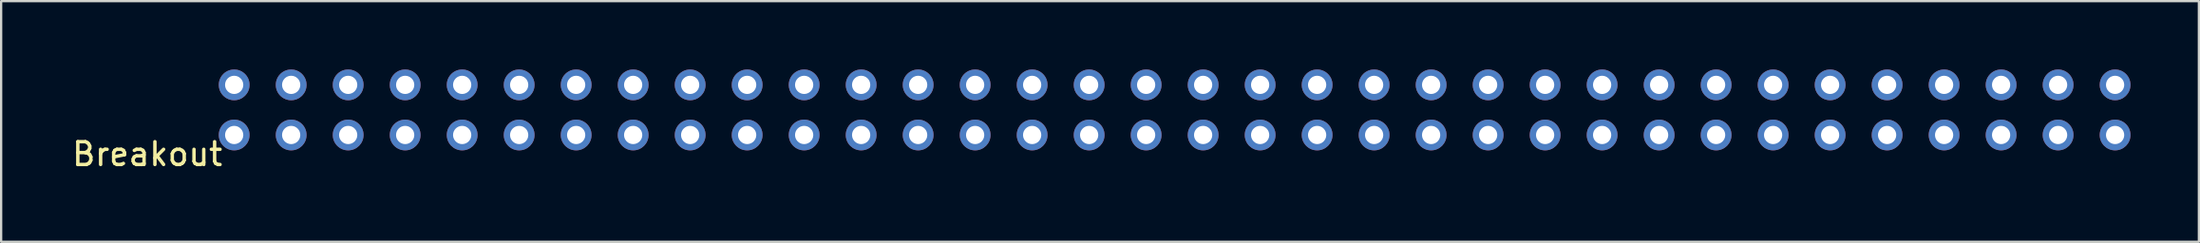
<source format=kicad_pcb>
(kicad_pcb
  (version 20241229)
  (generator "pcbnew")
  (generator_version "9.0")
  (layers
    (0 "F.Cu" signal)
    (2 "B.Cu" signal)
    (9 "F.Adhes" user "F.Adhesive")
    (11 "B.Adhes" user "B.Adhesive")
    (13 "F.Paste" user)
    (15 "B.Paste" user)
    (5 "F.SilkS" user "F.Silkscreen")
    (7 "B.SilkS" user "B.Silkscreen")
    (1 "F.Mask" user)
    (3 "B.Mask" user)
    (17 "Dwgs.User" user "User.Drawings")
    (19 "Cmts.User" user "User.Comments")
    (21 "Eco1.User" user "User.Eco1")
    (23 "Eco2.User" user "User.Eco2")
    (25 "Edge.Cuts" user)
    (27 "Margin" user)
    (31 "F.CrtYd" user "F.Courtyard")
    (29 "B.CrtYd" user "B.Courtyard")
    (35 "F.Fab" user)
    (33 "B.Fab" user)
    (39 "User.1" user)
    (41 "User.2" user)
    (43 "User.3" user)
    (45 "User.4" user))
  (footprint "Breakout"
    (layer "F.Cu")
    (at 3.411 3.215)
    (property "Reference" "Breakout" (at 0 0.5 0) (layer "F.SilkS") (effects (font (size 1 1) (thickness 0.15))))
    (attr through_hole)
    (pad "1" thru_hole circle (at 3.81 -2.54) (size 1.35 1.35) (drill 0.8) (layers "*.Cu" "*.Mask"))
    (pad "2" thru_hole circle (at 6.31 -2.54) (size 1.35 1.35) (drill 0.8) (layers "*.Cu" "*.Mask"))
    (pad "3" thru_hole circle (at 8.81 -2.54) (size 1.35 1.35) (drill 0.8) (layers "*.Cu" "*.Mask"))
    (pad "4" thru_hole circle (at 11.31 -2.54) (size 1.35 1.35) (drill 0.8) (layers "*.Cu" "*.Mask"))
    (pad "5" thru_hole circle (at 13.81 -2.54) (size 1.35 1.35) (drill 0.8) (layers "*.Cu" "*.Mask"))
    (pad "6" thru_hole circle (at 16.31 -2.54) (size 1.35 1.35) (drill 0.8) (layers "*.Cu" "*.Mask"))
    (pad "7" thru_hole circle (at 18.81 -2.54) (size 1.35 1.35) (drill 0.8) (layers "*.Cu" "*.Mask"))
    (pad "8" thru_hole circle (at 21.31 -2.54) (size 1.35 1.35) (drill 0.8) (layers "*.Cu" "*.Mask"))
    (pad "9" thru_hole circle (at 23.81 -2.54) (size 1.35 1.35) (drill 0.8) (layers "*.Cu" "*.Mask"))
    (pad "10" thru_hole circle (at 26.31 -2.54) (size 1.35 1.35) (drill 0.8) (layers "*.Cu" "*.Mask"))
    (pad "11" thru_hole circle (at 28.81 -2.54) (size 1.35 1.35) (drill 0.8) (layers "*.Cu" "*.Mask"))
    (pad "12" thru_hole circle (at 31.31 -2.54) (size 1.35 1.35) (drill 0.8) (layers "*.Cu" "*.Mask"))
    (pad "13" thru_hole circle (at 33.81 -2.54) (size 1.35 1.35) (drill 0.8) (layers "*.Cu" "*.Mask"))
    (pad "14" thru_hole circle (at 36.31 -2.54) (size 1.35 1.35) (drill 0.8) (layers "*.Cu" "*.Mask"))
    (pad "15" thru_hole circle (at 38.81 -2.54) (size 1.35 1.35) (drill 0.8) (layers "*.Cu" "*.Mask"))
    (pad "16" thru_hole circle (at 41.31 -2.54) (size 1.35 1.35) (drill 0.8) (layers "*.Cu" "*.Mask"))
    (pad "17" thru_hole circle (at 43.81 -2.54) (size 1.35 1.35) (drill 0.8) (layers "*.Cu" "*.Mask"))
    (pad "18" thru_hole circle (at 46.31 -2.54) (size 1.35 1.35) (drill 0.8) (layers "*.Cu" "*.Mask"))
    (pad "19" thru_hole circle (at 48.81 -2.54) (size 1.35 1.35) (drill 0.8) (layers "*.Cu" "*.Mask"))
    (pad "20" thru_hole circle (at 51.31 -2.54) (size 1.35 1.35) (drill 0.8) (layers "*.Cu" "*.Mask"))
    (pad "21" thru_hole circle (at 53.81 -2.54) (size 1.35 1.35) (drill 0.8) (layers "*.Cu" "*.Mask"))
    (pad "22" thru_hole circle (at 56.31 -2.54) (size 1.35 1.35) (drill 0.8) (layers "*.Cu" "*.Mask"))
    (pad "23" thru_hole circle (at 58.81 -2.54) (size 1.35 1.35) (drill 0.8) (layers "*.Cu" "*.Mask"))
    (pad "24" thru_hole circle (at 61.31 -2.54) (size 1.35 1.35) (drill 0.8) (layers "*.Cu" "*.Mask"))
    (pad "25" thru_hole circle (at 63.81 -2.54) (size 1.35 1.35) (drill 0.8) (layers "*.Cu" "*.Mask"))
    (pad "26" thru_hole circle (at 66.31 -2.54) (size 1.35 1.35) (drill 0.8) (layers "*.Cu" "*.Mask"))
    (pad "27" thru_hole circle (at 68.81 -2.54) (size 1.35 1.35) (drill 0.8) (layers "*.Cu" "*.Mask"))
    (pad "28" thru_hole circle (at 71.31 -2.54) (size 1.35 1.35) (drill 0.8) (layers "*.Cu" "*.Mask"))
    (pad "29" thru_hole circle (at 73.81 -2.54) (size 1.35 1.35) (drill 0.8) (layers "*.Cu" "*.Mask"))
    (pad "30" thru_hole circle (at 76.31 -2.54) (size 1.35 1.35) (drill 0.8) (layers "*.Cu" "*.Mask"))
    (pad "31" thru_hole circle (at 78.81 -2.54) (size 1.35 1.35) (drill 0.8) (layers "*.Cu" "*.Mask"))
    (pad "32" thru_hole circle (at 81.31 -2.54) (size 1.35 1.35) (drill 0.8) (layers "*.Cu" "*.Mask"))
    (pad "33" thru_hole circle (at 83.81 -2.54) (size 1.35 1.35) (drill 0.8) (layers "*.Cu" "*.Mask"))
    (pad "34" thru_hole circle (at 86.31 -2.54) (size 1.35 1.35) (drill 0.8) (layers "*.Cu" "*.Mask"))
    (pad "35" thru_hole circle (at 3.81 -0.34) (size 1.35 1.35) (drill 0.8) (layers "*.Cu" "*.Mask"))
    (pad "36" thru_hole circle (at 6.31 -0.34) (size 1.35 1.35) (drill 0.8) (layers "*.Cu" "*.Mask"))
    (pad "37" thru_hole circle (at 8.81 -0.34) (size 1.35 1.35) (drill 0.8) (layers "*.Cu" "*.Mask"))
    (pad "38" thru_hole circle (at 11.31 -0.34) (size 1.35 1.35) (drill 0.8) (layers "*.Cu" "*.Mask"))
    (pad "39" thru_hole circle (at 13.81 -0.34) (size 1.35 1.35) (drill 0.8) (layers "*.Cu" "*.Mask"))
    (pad "40" thru_hole circle (at 16.31 -0.34) (size 1.35 1.35) (drill 0.8) (layers "*.Cu" "*.Mask"))
    (pad "41" thru_hole circle (at 18.81 -0.34) (size 1.35 1.35) (drill 0.8) (layers "*.Cu" "*.Mask"))
    (pad "42" thru_hole circle (at 21.31 -0.34) (size 1.35 1.35) (drill 0.8) (layers "*.Cu" "*.Mask"))
    (pad "43" thru_hole circle (at 23.81 -0.34) (size 1.35 1.35) (drill 0.8) (layers "*.Cu" "*.Mask"))
    (pad "44" thru_hole circle (at 26.31 -0.34) (size 1.35 1.35) (drill 0.8) (layers "*.Cu" "*.Mask"))
    (pad "45" thru_hole circle (at 28.81 -0.34) (size 1.35 1.35) (drill 0.8) (layers "*.Cu" "*.Mask"))
    (pad "46" thru_hole circle (at 31.31 -0.34) (size 1.35 1.35) (drill 0.8) (layers "*.Cu" "*.Mask"))
    (pad "47" thru_hole circle (at 33.81 -0.34) (size 1.35 1.35) (drill 0.8) (layers "*.Cu" "*.Mask"))
    (pad "48" thru_hole circle (at 36.31 -0.34) (size 1.35 1.35) (drill 0.8) (layers "*.Cu" "*.Mask"))
    (pad "49" thru_hole circle (at 38.81 -0.34) (size 1.35 1.35) (drill 0.8) (layers "*.Cu" "*.Mask"))
    (pad "50" thru_hole circle (at 41.31 -0.34) (size 1.35 1.35) (drill 0.8) (layers "*.Cu" "*.Mask"))
    (pad "51" thru_hole circle (at 43.81 -0.34) (size 1.35 1.35) (drill 0.8) (layers "*.Cu" "*.Mask"))
    (pad "52" thru_hole circle (at 46.31 -0.34) (size 1.35 1.35) (drill 0.8) (layers "*.Cu" "*.Mask"))
    (pad "53" thru_hole circle (at 48.81 -0.34) (size 1.35 1.35) (drill 0.8) (layers "*.Cu" "*.Mask"))
    (pad "54" thru_hole circle (at 51.31 -0.34) (size 1.35 1.35) (drill 0.8) (layers "*.Cu" "*.Mask"))
    (pad "55" thru_hole circle (at 53.81 -0.34) (size 1.35 1.35) (drill 0.8) (layers "*.Cu" "*.Mask"))
    (pad "56" thru_hole circle (at 56.31 -0.34) (size 1.35 1.35) (drill 0.8) (layers "*.Cu" "*.Mask"))
    (pad "57" thru_hole circle (at 58.81 -0.34) (size 1.35 1.35) (drill 0.8) (layers "*.Cu" "*.Mask"))
    (pad "58" thru_hole circle (at 61.31 -0.34) (size 1.35 1.35) (drill 0.8) (layers "*.Cu" "*.Mask"))
    (pad "59" thru_hole circle (at 63.81 -0.34) (size 1.35 1.35) (drill 0.8) (layers "*.Cu" "*.Mask"))
    (pad "60" thru_hole circle (at 66.31 -0.34) (size 1.35 1.35) (drill 0.8) (layers "*.Cu" "*.Mask"))
    (pad "61" thru_hole circle (at 68.81 -0.34) (size 1.35 1.35) (drill 0.8) (layers "*.Cu" "*.Mask"))
    (pad "62" thru_hole circle (at 71.31 -0.34) (size 1.35 1.35) (drill 0.8) (layers "*.Cu" "*.Mask"))
    (pad "63" thru_hole circle (at 73.81 -0.34) (size 1.35 1.35) (drill 0.8) (layers "*.Cu" "*.Mask"))
    (pad "64" thru_hole circle (at 76.31 -0.34) (size 1.35 1.35) (drill 0.8) (layers "*.Cu" "*.Mask"))
    (pad "65" thru_hole circle (at 78.81 -0.34) (size 1.35 1.35) (drill 0.8) (layers "*.Cu" "*.Mask"))
    (pad "66" thru_hole circle (at 81.31 -0.34) (size 1.35 1.35) (drill 0.8) (layers "*.Cu" "*.Mask"))
    (pad "67" thru_hole circle (at 83.81 -0.34) (size 1.35 1.35) (drill 0.8) (layers "*.Cu" "*.Mask"))
    (pad "68" thru_hole circle (at 86.31 -0.34) (size 1.35 1.35) (drill 0.8) (layers "*.Cu" "*.Mask")))
  (gr_rect
    (start -3 -3)
    (end 93.396 7.563)
    (stroke (width 0.1) (type default))
    (fill no)
    (layer "Edge.Cuts")))
</source>
